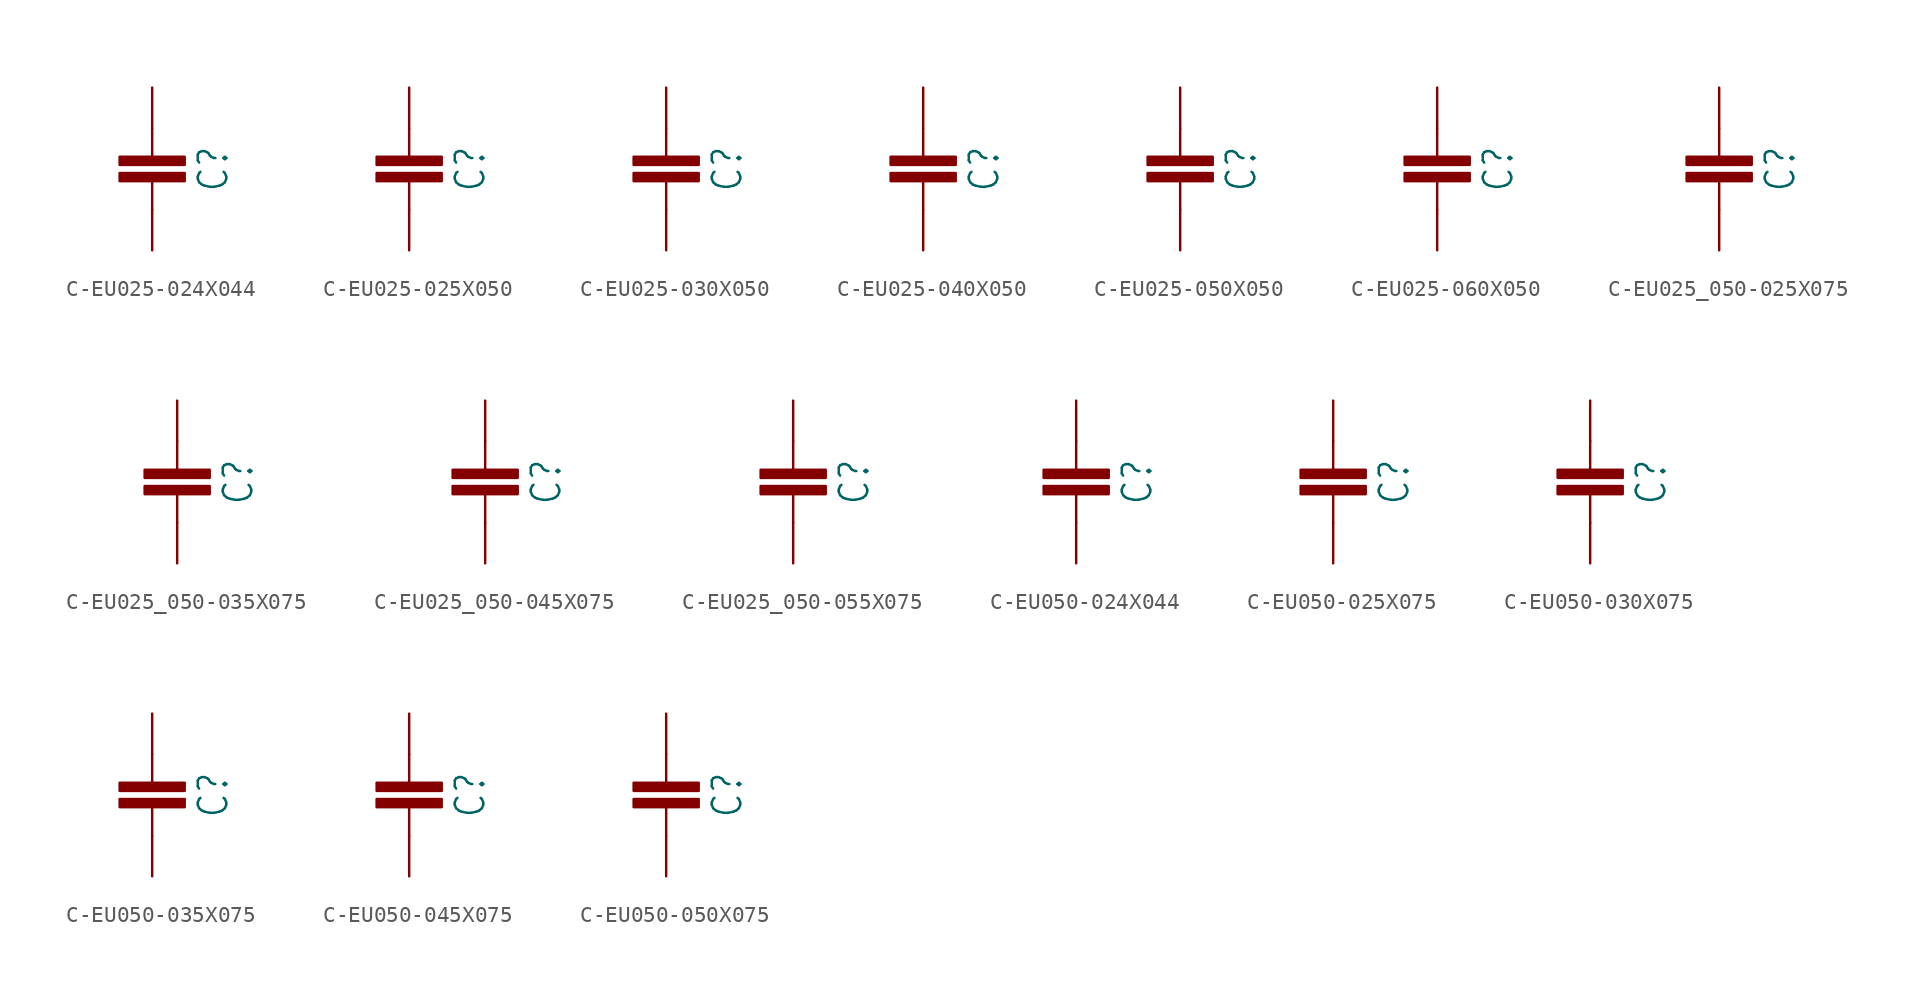
<source format=kicad_sym>
(kicad_symbol_lib
  (version 20231120)
  (generator "kicad_symbol_editor")
  (generator_version "8.0")
  (symbol "C-EU025-024X044"
    (property "Reference" "C"
      (at 3.81 0 90)
      (effects (font (size 1.778 1.511))))
    (property "Value" ""
      (at -3.81 0 90)
      (effects (font (size 1.778 1.511))))
    (property "ki_locked" ""
      (at 0 0 0)
      (effects (font (size 1.27 1.27))))
    (symbol "C-EU025-024X044_1_0"
      (rectangle (start -2.032 -0.762) (end 2.032 -0.254) (stroke (width 0) (type default)) (fill (type outline)))
      (rectangle (start -2.032 0.254) (end 2.032 0.762) (stroke (width 0) (type default)) (fill (type outline)))
      (polyline (pts (xy 0 -2.54) (xy 0 -0.762)) (stroke (width 0.152) (type solid)) (fill (type none)))
      (polyline (pts (xy 0 2.54) (xy 0 0.762)) (stroke (width 0.152) (type solid)) (fill (type none)))
      (pin passive line (at 0 5.08 270) (length 2.54) (name "1" (effects (font (size 0 0)))) (number "1" (effects (font (size 0 0)))))
      (pin passive line (at 0 -5.08 90) (length 2.54) (name "2" (effects (font (size 0 0)))) (number "2" (effects (font (size 0 0)))))))
  (symbol "C-EU025-025X050"
    (property "Reference" "C"
      (at 3.81 0 90)
      (effects (font (size 1.778 1.511))))
    (property "Value" ""
      (at -3.81 0 90)
      (effects (font (size 1.778 1.511))))
    (property "ki_locked" ""
      (at 0 0 0)
      (effects (font (size 1.27 1.27))))
    (symbol "C-EU025-025X050_1_0"
      (rectangle (start -2.032 -0.762) (end 2.032 -0.254) (stroke (width 0) (type default)) (fill (type outline)))
      (rectangle (start -2.032 0.254) (end 2.032 0.762) (stroke (width 0) (type default)) (fill (type outline)))
      (polyline (pts (xy 0 -2.54) (xy 0 -0.762)) (stroke (width 0.152) (type solid)) (fill (type none)))
      (polyline (pts (xy 0 2.54) (xy 0 0.762)) (stroke (width 0.152) (type solid)) (fill (type none)))
      (pin passive line (at 0 5.08 270) (length 2.54) (name "1" (effects (font (size 0 0)))) (number "1" (effects (font (size 0 0)))))
      (pin passive line (at 0 -5.08 90) (length 2.54) (name "2" (effects (font (size 0 0)))) (number "2" (effects (font (size 0 0)))))))
  (symbol "C-EU025-030X050"
    (property "Reference" "C"
      (at 3.81 0 90)
      (effects (font (size 1.778 1.511))))
    (property "Value" ""
      (at -3.81 0 90)
      (effects (font (size 1.778 1.511))))
    (property "ki_locked" ""
      (at 0 0 0)
      (effects (font (size 1.27 1.27))))
    (symbol "C-EU025-030X050_1_0"
      (rectangle (start -2.032 -0.762) (end 2.032 -0.254) (stroke (width 0) (type default)) (fill (type outline)))
      (rectangle (start -2.032 0.254) (end 2.032 0.762) (stroke (width 0) (type default)) (fill (type outline)))
      (polyline (pts (xy 0 -2.54) (xy 0 -0.762)) (stroke (width 0.152) (type solid)) (fill (type none)))
      (polyline (pts (xy 0 2.54) (xy 0 0.762)) (stroke (width 0.152) (type solid)) (fill (type none)))
      (pin passive line (at 0 5.08 270) (length 2.54) (name "1" (effects (font (size 0 0)))) (number "1" (effects (font (size 0 0)))))
      (pin passive line (at 0 -5.08 90) (length 2.54) (name "2" (effects (font (size 0 0)))) (number "2" (effects (font (size 0 0)))))))
  (symbol "C-EU025-040X050"
    (property "Reference" "C"
      (at 3.81 0 90)
      (effects (font (size 1.778 1.511))))
    (property "Value" ""
      (at -3.81 0 90)
      (effects (font (size 1.778 1.511))))
    (property "ki_locked" ""
      (at 0 0 0)
      (effects (font (size 1.27 1.27))))
    (symbol "C-EU025-040X050_1_0"
      (rectangle (start -2.032 -0.762) (end 2.032 -0.254) (stroke (width 0) (type default)) (fill (type outline)))
      (rectangle (start -2.032 0.254) (end 2.032 0.762) (stroke (width 0) (type default)) (fill (type outline)))
      (polyline (pts (xy 0 -2.54) (xy 0 -0.762)) (stroke (width 0.152) (type solid)) (fill (type none)))
      (polyline (pts (xy 0 2.54) (xy 0 0.762)) (stroke (width 0.152) (type solid)) (fill (type none)))
      (pin passive line (at 0 5.08 270) (length 2.54) (name "1" (effects (font (size 0 0)))) (number "1" (effects (font (size 0 0)))))
      (pin passive line (at 0 -5.08 90) (length 2.54) (name "2" (effects (font (size 0 0)))) (number "2" (effects (font (size 0 0)))))))
  (symbol "C-EU025-050X050"
    (property "Reference" "C"
      (at 3.81 0 90)
      (effects (font (size 1.778 1.511))))
    (property "Value" ""
      (at -3.81 0 90)
      (effects (font (size 1.778 1.511))))
    (property "ki_locked" ""
      (at 0 0 0)
      (effects (font (size 1.27 1.27))))
    (symbol "C-EU025-050X050_1_0"
      (rectangle (start -2.032 -0.762) (end 2.032 -0.254) (stroke (width 0) (type default)) (fill (type outline)))
      (rectangle (start -2.032 0.254) (end 2.032 0.762) (stroke (width 0) (type default)) (fill (type outline)))
      (polyline (pts (xy 0 -2.54) (xy 0 -0.762)) (stroke (width 0.152) (type solid)) (fill (type none)))
      (polyline (pts (xy 0 2.54) (xy 0 0.762)) (stroke (width 0.152) (type solid)) (fill (type none)))
      (pin passive line (at 0 5.08 270) (length 2.54) (name "1" (effects (font (size 0 0)))) (number "1" (effects (font (size 0 0)))))
      (pin passive line (at 0 -5.08 90) (length 2.54) (name "2" (effects (font (size 0 0)))) (number "2" (effects (font (size 0 0)))))))
  (symbol "C-EU025-060X050"
    (property "Reference" "C"
      (at 3.81 0 90)
      (effects (font (size 1.778 1.511))))
    (property "Value" ""
      (at -3.81 0 90)
      (effects (font (size 1.778 1.511))))
    (property "ki_locked" ""
      (at 0 0 0)
      (effects (font (size 1.27 1.27))))
    (symbol "C-EU025-060X050_1_0"
      (rectangle (start -2.032 -0.762) (end 2.032 -0.254) (stroke (width 0) (type default)) (fill (type outline)))
      (rectangle (start -2.032 0.254) (end 2.032 0.762) (stroke (width 0) (type default)) (fill (type outline)))
      (polyline (pts (xy 0 -2.54) (xy 0 -0.762)) (stroke (width 0.152) (type solid)) (fill (type none)))
      (polyline (pts (xy 0 2.54) (xy 0 0.762)) (stroke (width 0.152) (type solid)) (fill (type none)))
      (pin passive line (at 0 5.08 270) (length 2.54) (name "1" (effects (font (size 0 0)))) (number "1" (effects (font (size 0 0)))))
      (pin passive line (at 0 -5.08 90) (length 2.54) (name "2" (effects (font (size 0 0)))) (number "2" (effects (font (size 0 0)))))))
  (symbol "C-EU025_050-025X075"
    (property "Reference" "C"
      (at 3.81 0 90)
      (effects (font (size 1.778 1.511))))
    (property "Value" ""
      (at -3.81 0 90)
      (effects (font (size 1.778 1.511))))
    (property "ki_locked" ""
      (at 0 0 0)
      (effects (font (size 1.27 1.27))))
    (symbol "C-EU025_050-025X075_1_0"
      (rectangle (start -2.032 -0.762) (end 2.032 -0.254) (stroke (width 0) (type default)) (fill (type outline)))
      (rectangle (start -2.032 0.254) (end 2.032 0.762) (stroke (width 0) (type default)) (fill (type outline)))
      (polyline (pts (xy 0 -2.54) (xy 0 -0.762)) (stroke (width 0.152) (type solid)) (fill (type none)))
      (polyline (pts (xy 0 2.54) (xy 0 0.762)) (stroke (width 0.152) (type solid)) (fill (type none)))
      (pin passive line (at 0 5.08 270) (length 2.54) (name "1" (effects (font (size 0 0)))) (number "1" (effects (font (size 0 0)))))
      (pin passive line (at 0 -5.08 90) (length 2.54) (name "2" (effects (font (size 0 0)))) (number "2" (effects (font (size 0 0)))))))
  (symbol "C-EU025_050-035X075"
    (property "Reference" "C"
      (at 3.81 0 90)
      (effects (font (size 1.778 1.511))))
    (property "Value" ""
      (at -3.81 0 90)
      (effects (font (size 1.778 1.511))))
    (property "ki_locked" ""
      (at 0 0 0)
      (effects (font (size 1.27 1.27))))
    (symbol "C-EU025_050-035X075_1_0"
      (rectangle (start -2.032 -0.762) (end 2.032 -0.254) (stroke (width 0) (type default)) (fill (type outline)))
      (rectangle (start -2.032 0.254) (end 2.032 0.762) (stroke (width 0) (type default)) (fill (type outline)))
      (polyline (pts (xy 0 -2.54) (xy 0 -0.762)) (stroke (width 0.152) (type solid)) (fill (type none)))
      (polyline (pts (xy 0 2.54) (xy 0 0.762)) (stroke (width 0.152) (type solid)) (fill (type none)))
      (pin passive line (at 0 5.08 270) (length 2.54) (name "1" (effects (font (size 0 0)))) (number "1" (effects (font (size 0 0)))))
      (pin passive line (at 0 -5.08 90) (length 2.54) (name "2" (effects (font (size 0 0)))) (number "2" (effects (font (size 0 0)))))))
  (symbol "C-EU025_050-045X075"
    (property "Reference" "C"
      (at 3.81 0 90)
      (effects (font (size 1.778 1.511))))
    (property "Value" ""
      (at -3.81 0 90)
      (effects (font (size 1.778 1.511))))
    (property "ki_locked" ""
      (at 0 0 0)
      (effects (font (size 1.27 1.27))))
    (symbol "C-EU025_050-045X075_1_0"
      (rectangle (start -2.032 -0.762) (end 2.032 -0.254) (stroke (width 0) (type default)) (fill (type outline)))
      (rectangle (start -2.032 0.254) (end 2.032 0.762) (stroke (width 0) (type default)) (fill (type outline)))
      (polyline (pts (xy 0 -2.54) (xy 0 -0.762)) (stroke (width 0.152) (type solid)) (fill (type none)))
      (polyline (pts (xy 0 2.54) (xy 0 0.762)) (stroke (width 0.152) (type solid)) (fill (type none)))
      (pin passive line (at 0 5.08 270) (length 2.54) (name "1" (effects (font (size 0 0)))) (number "1" (effects (font (size 0 0)))))
      (pin passive line (at 0 -5.08 90) (length 2.54) (name "2" (effects (font (size 0 0)))) (number "2" (effects (font (size 0 0)))))))
  (symbol "C-EU025_050-055X075"
    (property "Reference" "C"
      (at 3.81 0 90)
      (effects (font (size 1.778 1.511))))
    (property "Value" ""
      (at -3.81 0 90)
      (effects (font (size 1.778 1.511))))
    (property "ki_locked" ""
      (at 0 0 0)
      (effects (font (size 1.27 1.27))))
    (symbol "C-EU025_050-055X075_1_0"
      (rectangle (start -2.032 -0.762) (end 2.032 -0.254) (stroke (width 0) (type default)) (fill (type outline)))
      (rectangle (start -2.032 0.254) (end 2.032 0.762) (stroke (width 0) (type default)) (fill (type outline)))
      (polyline (pts (xy 0 -2.54) (xy 0 -0.762)) (stroke (width 0.152) (type solid)) (fill (type none)))
      (polyline (pts (xy 0 2.54) (xy 0 0.762)) (stroke (width 0.152) (type solid)) (fill (type none)))
      (pin passive line (at 0 5.08 270) (length 2.54) (name "1" (effects (font (size 0 0)))) (number "1" (effects (font (size 0 0)))))
      (pin passive line (at 0 -5.08 90) (length 2.54) (name "2" (effects (font (size 0 0)))) (number "2" (effects (font (size 0 0)))))))
  (symbol "C-EU050-024X044"
    (property "Reference" "C"
      (at 3.81 0 90)
      (effects (font (size 1.778 1.511))))
    (property "Value" ""
      (at -3.81 0 90)
      (effects (font (size 1.778 1.511))))
    (property "ki_locked" ""
      (at 0 0 0)
      (effects (font (size 1.27 1.27))))
    (symbol "C-EU050-024X044_1_0"
      (rectangle (start -2.032 -0.762) (end 2.032 -0.254) (stroke (width 0) (type default)) (fill (type outline)))
      (rectangle (start -2.032 0.254) (end 2.032 0.762) (stroke (width 0) (type default)) (fill (type outline)))
      (polyline (pts (xy 0 -2.54) (xy 0 -0.762)) (stroke (width 0.152) (type solid)) (fill (type none)))
      (polyline (pts (xy 0 2.54) (xy 0 0.762)) (stroke (width 0.152) (type solid)) (fill (type none)))
      (pin passive line (at 0 5.08 270) (length 2.54) (name "1" (effects (font (size 0 0)))) (number "1" (effects (font (size 0 0)))))
      (pin passive line (at 0 -5.08 90) (length 2.54) (name "2" (effects (font (size 0 0)))) (number "2" (effects (font (size 0 0)))))))
  (symbol "C-EU050-025X075"
    (property "Reference" "C"
      (at 3.81 0 90)
      (effects (font (size 1.778 1.511))))
    (property "Value" ""
      (at -3.81 0 90)
      (effects (font (size 1.778 1.511))))
    (property "ki_locked" ""
      (at 0 0 0)
      (effects (font (size 1.27 1.27))))
    (symbol "C-EU050-025X075_1_0"
      (rectangle (start -2.032 -0.762) (end 2.032 -0.254) (stroke (width 0) (type default)) (fill (type outline)))
      (rectangle (start -2.032 0.254) (end 2.032 0.762) (stroke (width 0) (type default)) (fill (type outline)))
      (polyline (pts (xy 0 -2.54) (xy 0 -0.762)) (stroke (width 0.152) (type solid)) (fill (type none)))
      (polyline (pts (xy 0 2.54) (xy 0 0.762)) (stroke (width 0.152) (type solid)) (fill (type none)))
      (pin passive line (at 0 5.08 270) (length 2.54) (name "1" (effects (font (size 0 0)))) (number "1" (effects (font (size 0 0)))))
      (pin passive line (at 0 -5.08 90) (length 2.54) (name "2" (effects (font (size 0 0)))) (number "2" (effects (font (size 0 0)))))))
  (symbol "C-EU050-030X075"
    (property "Reference" "C"
      (at 3.81 0 90)
      (effects (font (size 1.778 1.511))))
    (property "Value" ""
      (at -3.81 0 90)
      (effects (font (size 1.778 1.511))))
    (property "ki_locked" ""
      (at 0 0 0)
      (effects (font (size 1.27 1.27))))
    (symbol "C-EU050-030X075_1_0"
      (rectangle (start -2.032 -0.762) (end 2.032 -0.254) (stroke (width 0) (type default)) (fill (type outline)))
      (rectangle (start -2.032 0.254) (end 2.032 0.762) (stroke (width 0) (type default)) (fill (type outline)))
      (polyline (pts (xy 0 -2.54) (xy 0 -0.762)) (stroke (width 0.152) (type solid)) (fill (type none)))
      (polyline (pts (xy 0 2.54) (xy 0 0.762)) (stroke (width 0.152) (type solid)) (fill (type none)))
      (pin passive line (at 0 5.08 270) (length 2.54) (name "1" (effects (font (size 0 0)))) (number "1" (effects (font (size 0 0)))))
      (pin passive line (at 0 -5.08 90) (length 2.54) (name "2" (effects (font (size 0 0)))) (number "2" (effects (font (size 0 0)))))))
  (symbol "C-EU050-035X075"
    (property "Reference" "C"
      (at 3.81 0 90)
      (effects (font (size 1.778 1.511))))
    (property "Value" ""
      (at -3.81 0 90)
      (effects (font (size 1.778 1.511))))
    (property "ki_locked" ""
      (at 0 0 0)
      (effects (font (size 1.27 1.27))))
    (symbol "C-EU050-035X075_1_0"
      (rectangle (start -2.032 -0.762) (end 2.032 -0.254) (stroke (width 0) (type default)) (fill (type outline)))
      (rectangle (start -2.032 0.254) (end 2.032 0.762) (stroke (width 0) (type default)) (fill (type outline)))
      (polyline (pts (xy 0 -2.54) (xy 0 -0.762)) (stroke (width 0.152) (type solid)) (fill (type none)))
      (polyline (pts (xy 0 2.54) (xy 0 0.762)) (stroke (width 0.152) (type solid)) (fill (type none)))
      (pin passive line (at 0 5.08 270) (length 2.54) (name "1" (effects (font (size 0 0)))) (number "1" (effects (font (size 0 0)))))
      (pin passive line (at 0 -5.08 90) (length 2.54) (name "2" (effects (font (size 0 0)))) (number "2" (effects (font (size 0 0)))))))
  (symbol "C-EU050-045X075"
    (property "Reference" "C"
      (at 3.81 0 90)
      (effects (font (size 1.778 1.511))))
    (property "Value" ""
      (at -3.81 0 90)
      (effects (font (size 1.778 1.511))))
    (property "ki_locked" ""
      (at 0 0 0)
      (effects (font (size 1.27 1.27))))
    (symbol "C-EU050-045X075_1_0"
      (rectangle (start -2.032 -0.762) (end 2.032 -0.254) (stroke (width 0) (type default)) (fill (type outline)))
      (rectangle (start -2.032 0.254) (end 2.032 0.762) (stroke (width 0) (type default)) (fill (type outline)))
      (polyline (pts (xy 0 -2.54) (xy 0 -0.762)) (stroke (width 0.152) (type solid)) (fill (type none)))
      (polyline (pts (xy 0 2.54) (xy 0 0.762)) (stroke (width 0.152) (type solid)) (fill (type none)))
      (pin passive line (at 0 5.08 270) (length 2.54) (name "1" (effects (font (size 0 0)))) (number "1" (effects (font (size 0 0)))))
      (pin passive line (at 0 -5.08 90) (length 2.54) (name "2" (effects (font (size 0 0)))) (number "2" (effects (font (size 0 0)))))))
  (symbol "C-EU050-050X075"
    (property "Reference" "C"
      (at 3.81 0 90)
      (effects (font (size 1.778 1.511))))
    (property "Value" ""
      (at -3.81 0 90)
      (effects (font (size 1.778 1.511))))
    (property "ki_locked" ""
      (at 0 0 0)
      (effects (font (size 1.27 1.27))))
    (symbol "C-EU050-050X075_1_0"
      (rectangle (start -2.032 -0.762) (end 2.032 -0.254) (stroke (width 0) (type default)) (fill (type outline)))
      (rectangle (start -2.032 0.254) (end 2.032 0.762) (stroke (width 0) (type default)) (fill (type outline)))
      (polyline (pts (xy 0 -2.54) (xy 0 -0.762)) (stroke (width 0.152) (type solid)) (fill (type none)))
      (polyline (pts (xy 0 2.54) (xy 0 0.762)) (stroke (width 0.152) (type solid)) (fill (type none)))
      (pin passive line (at 0 5.08 270) (length 2.54) (name "1" (effects (font (size 0 0)))) (number "1" (effects (font (size 0 0)))))
      (pin passive line (at 0 -5.08 90) (length 2.54) (name "2" (effects (font (size 0 0)))) (number "2" (effects (font (size 0 0))))))))
</source>
